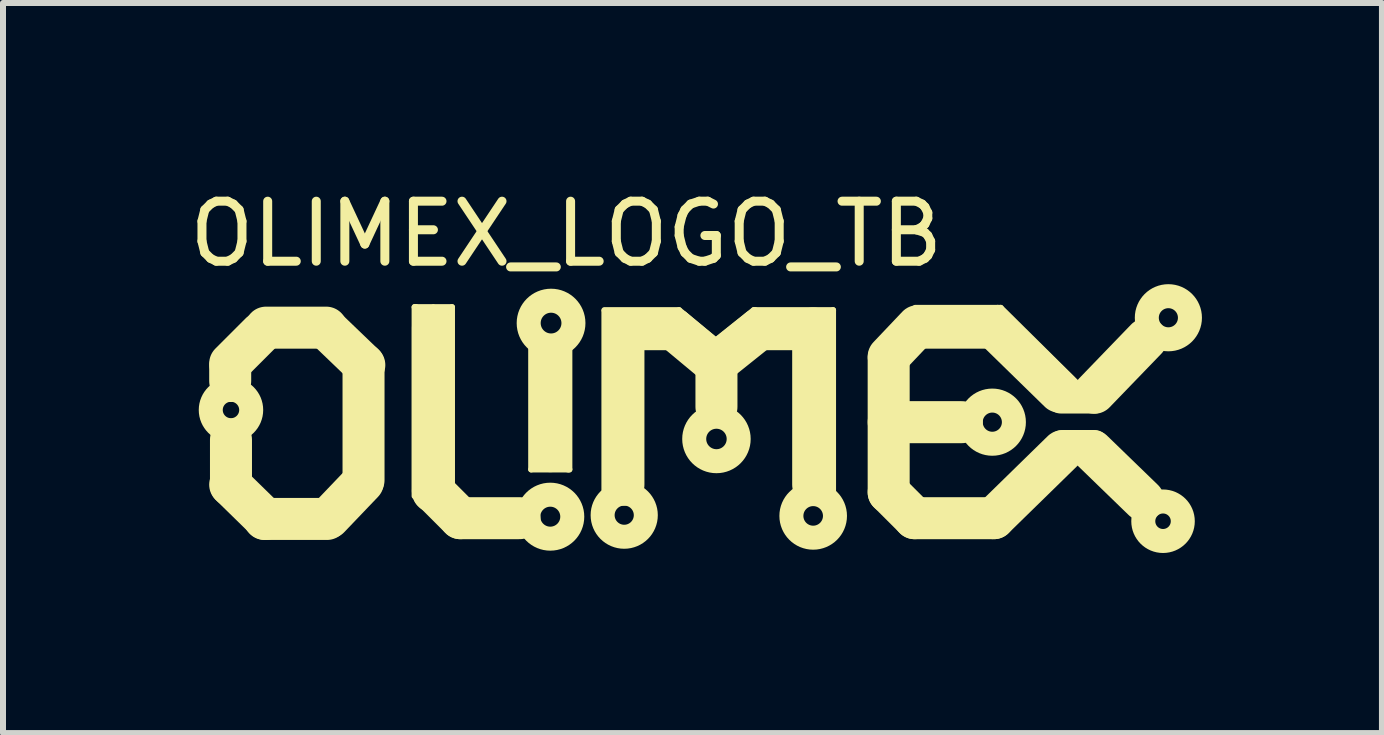
<source format=kicad_pcb>
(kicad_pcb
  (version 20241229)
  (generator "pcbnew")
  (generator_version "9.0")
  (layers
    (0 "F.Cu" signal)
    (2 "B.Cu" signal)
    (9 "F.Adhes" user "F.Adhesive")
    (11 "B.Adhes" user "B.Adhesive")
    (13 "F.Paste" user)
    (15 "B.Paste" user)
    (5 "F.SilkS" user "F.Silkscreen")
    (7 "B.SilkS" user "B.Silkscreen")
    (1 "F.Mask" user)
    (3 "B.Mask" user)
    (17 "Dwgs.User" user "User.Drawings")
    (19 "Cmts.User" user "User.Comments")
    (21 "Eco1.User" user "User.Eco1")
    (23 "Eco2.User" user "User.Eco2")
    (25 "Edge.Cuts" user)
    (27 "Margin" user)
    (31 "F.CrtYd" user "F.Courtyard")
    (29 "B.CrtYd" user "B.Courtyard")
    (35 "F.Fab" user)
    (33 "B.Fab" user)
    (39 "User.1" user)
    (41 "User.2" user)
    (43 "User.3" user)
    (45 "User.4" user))
  (footprint "OLIMEX_LOGO_TB"
    (layer "F.Cu")
    (at 8.787 3.909)
    (property "Reference" "OLIMEX_LOGO_TB" (at -2.4 -3.061 0) (layer "F.SilkS") (effects (font (size 1 1) (thickness 0.15))))
    (attr through_hole)
    (fp_line (start -8.001 -0.902) (end -7.493 -1.41) (stroke (width 0.7) (type solid)) (layer "F.SilkS"))
    (fp_line (start -8.001 -0.851) (end -8.001 -0.61) (stroke (width 0.7) (type solid)) (layer "F.SilkS"))
    (fp_line (start -8.001 1.118) (end -7.417 1.689) (stroke (width 0.7) (type solid)) (layer "F.SilkS"))
    (fp_line (start -7.988 1.13) (end -7.988 0.368) (stroke (width 0.7) (type solid)) (layer "F.SilkS"))
    (fp_line (start -7.429 1.689) (end -6.388 1.689) (stroke (width 0.7) (type solid)) (layer "F.SilkS"))
    (fp_line (start -6.401 -1.499) (end -7.404 -1.499) (stroke (width 0.7) (type solid)) (layer "F.SilkS"))
    (fp_line (start -6.401 -1.486) (end -5.766 -0.876) (stroke (width 0.7) (type solid)) (layer "F.SilkS"))
    (fp_line (start -5.791 1.079) (end -6.35 1.664) (stroke (width 0.7) (type solid)) (layer "F.SilkS"))
    (fp_line (start -5.779 -0.889) (end -5.779 1.041) (stroke (width 0.7) (type solid)) (layer "F.SilkS"))
    (fp_line (start -4.928 -1.841) (end -4.928 1.308) (stroke (width 0.1) (type solid)) (layer "F.SilkS"))
    (fp_line (start -4.915 -1.841) (end -4.928 -1.841) (stroke (width 0.1) (type solid)) (layer "F.SilkS"))
    (fp_line (start -4.902 -1.841) (end -4.915 -1.841) (stroke (width 0.1) (type solid)) (layer "F.SilkS"))
    (fp_line (start -4.788 -1.753) (end -4.851 -1.765) (stroke (width 0.1) (type solid)) (layer "F.SilkS"))
    (fp_line (start -4.623 -1.841) (end -4.902 -1.841) (stroke (width 0.1) (type solid)) (layer "F.SilkS"))
    (fp_line (start -4.623 1.232) (end -4.623 -1.499) (stroke (width 0.7) (type solid)) (layer "F.SilkS"))
    (fp_line (start -4.61 -1.841) (end -4.305 -1.841) (stroke (width 0.1) (type solid)) (layer "F.SilkS"))
    (fp_line (start -4.483 -1.765) (end -4.369 -1.765) (stroke (width 0.1) (type solid)) (layer "F.SilkS"))
    (fp_line (start -4.305 -1.841) (end -4.305 1.194) (stroke (width 0.1) (type solid)) (layer "F.SilkS"))
    (fp_line (start -4.166 1.676) (end -4.623 1.219) (stroke (width 0.7) (type solid)) (layer "F.SilkS"))
    (fp_line (start -3.18 1.676) (end -4.166 1.676) (stroke (width 0.7) (type solid)) (layer "F.SilkS"))
    (fp_line (start -2.985 -1.156) (end -2.985 0.864) (stroke (width 0.1) (type solid)) (layer "F.SilkS"))
    (fp_line (start -2.985 0.864) (end -2.375 0.864) (stroke (width 0.1) (type solid)) (layer "F.SilkS"))
    (fp_line (start -2.845 0.8) (end -2.908 0.8) (stroke (width 0.1) (type solid)) (layer "F.SilkS"))
    (fp_line (start -2.667 -1.041) (end -2.667 0.559) (stroke (width 0.7) (type solid)) (layer "F.SilkS"))
    (fp_line (start -2.502 0.8) (end -2.413 0.8) (stroke (width 0.1) (type solid)) (layer "F.SilkS"))
    (fp_line (start -2.375 0.864) (end -2.349 0.864) (stroke (width 0.1) (type solid)) (layer "F.SilkS"))
    (fp_line (start -2.349 0.864) (end -2.349 -1.156) (stroke (width 0.1) (type solid)) (layer "F.SilkS"))
    (fp_line (start -1.765 -1.791) (end -0.521 -1.791) (stroke (width 0.1) (type solid)) (layer "F.SilkS"))
    (fp_line (start -1.765 1.206) (end -1.765 -1.778) (stroke (width 0.1) (type solid)) (layer "F.SilkS"))
    (fp_line (start -1.613 -1.727) (end -1.689 -1.727) (stroke (width 0.1) (type solid)) (layer "F.SilkS"))
    (fp_line (start -1.448 -1.473) (end -0.61 -1.473) (stroke (width 0.7) (type solid)) (layer "F.SilkS"))
    (fp_line (start -1.448 1.118) (end -1.448 -1.473) (stroke (width 0.7) (type solid)) (layer "F.SilkS"))
    (fp_line (start -0.61 -1.473) (end 0 -0.965) (stroke (width 0.7) (type solid)) (layer "F.SilkS"))
    (fp_line (start -0.521 -1.791) (end 0.064 -1.308) (stroke (width 0.1) (type solid)) (layer "F.SilkS"))
    (fp_line (start 0.102 -0.178) (end 0.102 -0.889) (stroke (width 0.7) (type solid)) (layer "F.SilkS"))
    (fp_line (start 0.178 -0.965) (end 0.813 -1.473) (stroke (width 0.7) (type solid)) (layer "F.SilkS"))
    (fp_line (start 0.724 -1.791) (end 0.102 -1.295) (stroke (width 0.1) (type solid)) (layer "F.SilkS"))
    (fp_line (start 0.749 -1.791) (end 0.724 -1.791) (stroke (width 0.1) (type solid)) (layer "F.SilkS"))
    (fp_line (start 0.813 -1.473) (end 1.702 -1.473) (stroke (width 0.7) (type solid)) (layer "F.SilkS"))
    (fp_line (start 1.714 -1.486) (end 1.714 1.118) (stroke (width 0.7) (type solid)) (layer "F.SilkS"))
    (fp_line (start 1.892 -1.714) (end 1.994 -1.714) (stroke (width 0.1) (type solid)) (layer "F.SilkS"))
    (fp_line (start 2.045 -1.791) (end 0.749 -1.791) (stroke (width 0.1) (type solid)) (layer "F.SilkS"))
    (fp_line (start 2.045 -1.778) (end 2.045 -1.791) (stroke (width 0.1) (type solid)) (layer "F.SilkS"))
    (fp_line (start 2.045 1.232) (end 2.045 -1.778) (stroke (width 0.1) (type solid)) (layer "F.SilkS"))
    (fp_line (start 2.972 -1.016) (end 3.454 -1.524) (stroke (width 0.7) (type solid)) (layer "F.SilkS"))
    (fp_line (start 2.972 -0.991) (end 2.972 1.245) (stroke (width 0.7) (type solid)) (layer "F.SilkS"))
    (fp_line (start 2.972 1.245) (end 3.404 1.676) (stroke (width 0.7) (type solid)) (layer "F.SilkS"))
    (fp_line (start 3.404 1.676) (end 4.724 1.676) (stroke (width 0.7) (type solid)) (layer "F.SilkS"))
    (fp_line (start 3.416 -1.829) (end 4.788 -1.829) (stroke (width 0.1) (type solid)) (layer "F.SilkS"))
    (fp_line (start 3.502 -1.499) (end 4.724 -1.499) (stroke (width 0.7) (type solid)) (layer "F.SilkS"))
    (fp_line (start 4.191 0.076) (end 2.972 0.076) (stroke (width 0.7) (type solid)) (layer "F.SilkS"))
    (fp_line (start 4.724 -1.499) (end 5.817 -0.432) (stroke (width 0.7) (type solid)) (layer "F.SilkS"))
    (fp_line (start 4.724 1.676) (end 5.867 0.559) (stroke (width 0.7) (type solid)) (layer "F.SilkS"))
    (fp_line (start 4.788 -1.829) (end 4.839 -1.829) (stroke (width 0.1) (type solid)) (layer "F.SilkS"))
    (fp_line (start 4.839 -1.829) (end 6.096 -0.584) (stroke (width 0.1) (type solid)) (layer "F.SilkS"))
    (fp_line (start 5.842 -0.318) (end 6.401 -0.318) (stroke (width 0.5) (type solid)) (layer "F.SilkS"))
    (fp_line (start 5.867 0.457) (end 6.401 0.457) (stroke (width 0.5) (type solid)) (layer "F.SilkS"))
    (fp_line (start 7.214 1.372) (end 6.375 0.559) (stroke (width 0.7) (type solid)) (layer "F.SilkS"))
    (fp_line (start 7.264 -1.308) (end 6.401 -0.414) (stroke (width 0.7) (type solid)) (layer "F.SilkS"))
    (fp_circle (center -7.988 -0.127) (end -7.671 -0.241) (stroke (width 0.4) (type solid)) (fill no) (layer "F.SilkS"))
    (fp_circle (center -2.667 1.651) (end -2.464 1.346) (stroke (width 0.4) (type solid)) (fill no) (layer "F.SilkS"))
    (fp_circle (center -2.654 -1.575) (end -2.54 -1.93) (stroke (width 0.4) (type solid)) (fill no) (layer "F.SilkS"))
    (fp_circle (center -1.435 1.626) (end -1.194 1.359) (stroke (width 0.4) (type solid)) (fill no) (layer "F.SilkS"))
    (fp_circle (center 0.102 0.356) (end 0.33 0.064) (stroke (width 0.4) (type solid)) (fill no) (layer "F.SilkS"))
    (fp_circle (center 1.714 1.638) (end 1.93 1.346) (stroke (width 0.4) (type solid)) (fill no) (layer "F.SilkS"))
    (fp_circle (center 4.699 0.076) (end 4.966 -0.165) (stroke (width 0.4) (type solid)) (fill no) (layer "F.SilkS"))
    (fp_circle (center 7.544 1.727) (end 7.836 1.575) (stroke (width 0.4) (type solid)) (fill no) (layer "F.SilkS"))
    (fp_circle (center 7.633 -1.664) (end 7.938 -1.854) (stroke (width 0.4) (type solid)) (fill no) (layer "F.SilkS")))
  (gr_rect
    (start -3 -3)
    (end 19.979 9.166)
    (stroke (width 0.1) (type default))
    (fill no)
    (layer "Edge.Cuts")))
</source>
